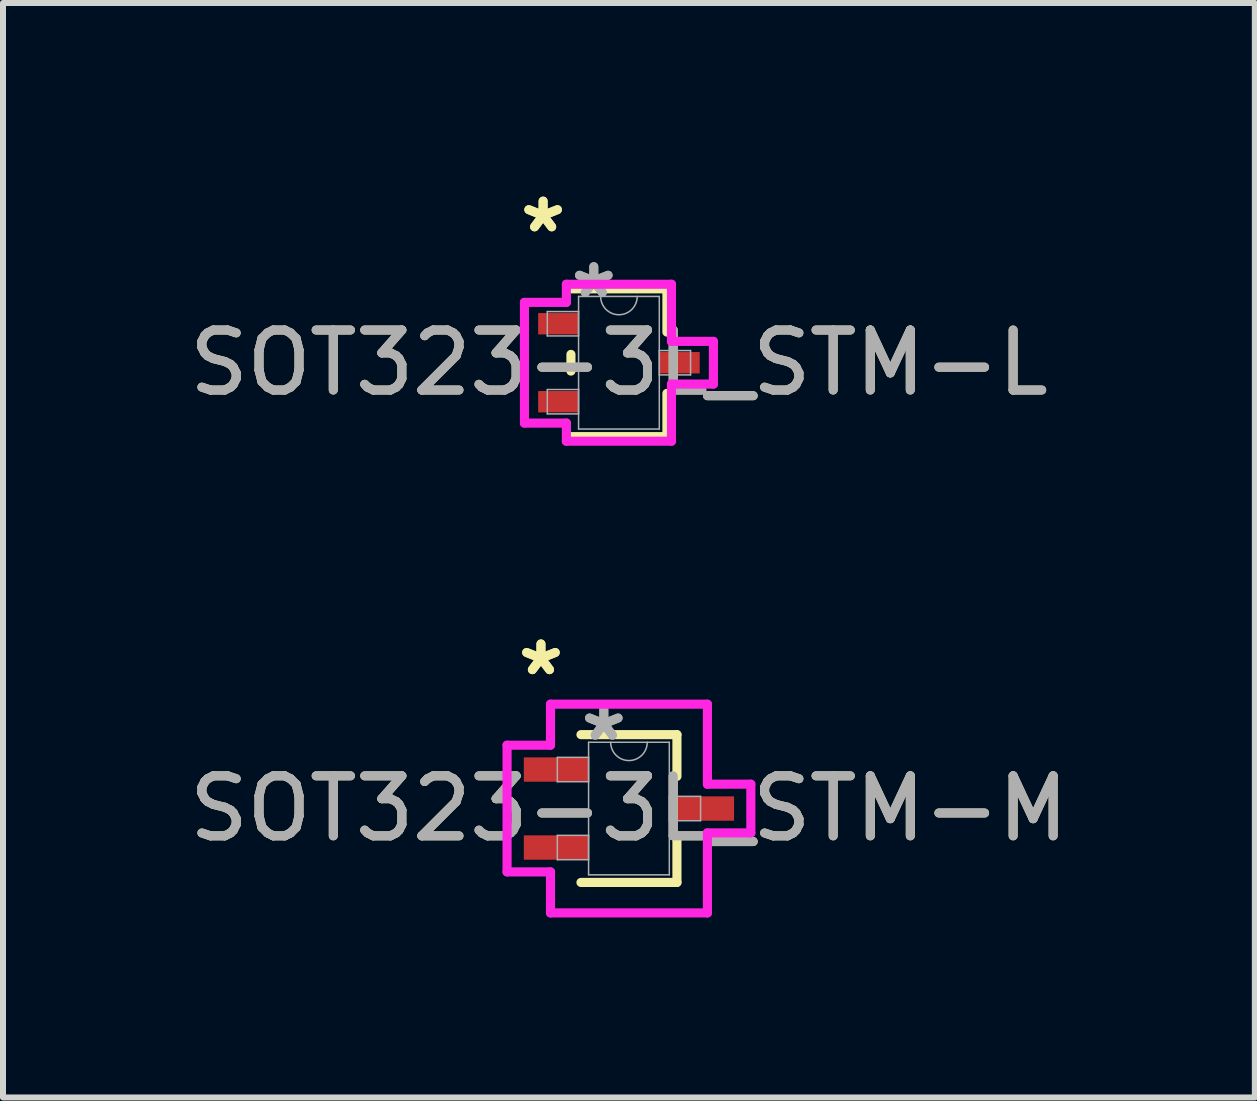
<source format=kicad_pcb>
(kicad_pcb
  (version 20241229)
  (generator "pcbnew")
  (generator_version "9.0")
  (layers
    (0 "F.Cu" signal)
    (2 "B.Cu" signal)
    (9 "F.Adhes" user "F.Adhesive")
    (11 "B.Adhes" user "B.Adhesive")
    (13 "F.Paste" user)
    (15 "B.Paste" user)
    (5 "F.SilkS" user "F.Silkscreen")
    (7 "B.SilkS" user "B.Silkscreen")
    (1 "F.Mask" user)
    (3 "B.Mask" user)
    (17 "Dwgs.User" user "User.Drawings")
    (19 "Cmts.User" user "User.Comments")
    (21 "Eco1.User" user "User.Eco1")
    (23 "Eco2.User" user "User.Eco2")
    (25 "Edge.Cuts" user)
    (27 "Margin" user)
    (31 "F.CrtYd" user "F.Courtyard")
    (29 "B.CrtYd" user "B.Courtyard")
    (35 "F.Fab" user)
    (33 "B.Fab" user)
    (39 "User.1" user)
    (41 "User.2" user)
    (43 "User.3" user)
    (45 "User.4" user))
  (footprint "SOT323-3L_STM-L"
    (layer "F.Cu")
    (at 7.268 2.997)
    (property "Reference" "SOT323-3L_STM-L" (at 0 0 0) (unlocked yes) (layer "F.SilkS") (effects (font (size 1 1) (thickness 0.15))))
    (attr smd)
    (fp_line (start -0.8 -0.139) (end -0.8 0.139) (stroke (width 0.152) (type solid)) (layer "F.SilkS"))
    (fp_line (start -0.8 1.232) (end 0.8 1.232) (stroke (width 0.152) (type solid)) (layer "F.SilkS"))
    (fp_line (start 0.8 -1.232) (end -0.8 -1.232) (stroke (width 0.152) (type solid)) (layer "F.SilkS"))
    (fp_line (start 0.8 -0.511) (end 0.8 -1.232) (stroke (width 0.152) (type solid)) (layer "F.SilkS"))
    (fp_line (start 0.8 1.232) (end 0.8 0.511) (stroke (width 0.152) (type solid)) (layer "F.SilkS"))
    (fp_line (start -1.575 -1.006) (end -0.876 -1.006) (stroke (width 0.152) (type solid)) (layer "F.CrtYd"))
    (fp_line (start -1.575 1.006) (end -1.575 -1.006) (stroke (width 0.152) (type solid)) (layer "F.CrtYd"))
    (fp_line (start -0.876 -1.308) (end 0.876 -1.308) (stroke (width 0.152) (type solid)) (layer "F.CrtYd"))
    (fp_line (start -0.876 -1.006) (end -0.876 -1.308) (stroke (width 0.152) (type solid)) (layer "F.CrtYd"))
    (fp_line (start -0.876 1.006) (end -1.575 1.006) (stroke (width 0.152) (type solid)) (layer "F.CrtYd"))
    (fp_line (start -0.876 1.308) (end -0.876 1.006) (stroke (width 0.152) (type solid)) (layer "F.CrtYd"))
    (fp_line (start 0.876 -1.308) (end 0.876 -0.356) (stroke (width 0.152) (type solid)) (layer "F.CrtYd"))
    (fp_line (start 0.876 -0.356) (end 1.575 -0.356) (stroke (width 0.152) (type solid)) (layer "F.CrtYd"))
    (fp_line (start 0.876 0.356) (end 0.876 1.308) (stroke (width 0.152) (type solid)) (layer "F.CrtYd"))
    (fp_line (start 0.876 1.308) (end -0.876 1.308) (stroke (width 0.152) (type solid)) (layer "F.CrtYd"))
    (fp_line (start 1.575 -0.356) (end 1.575 0.356) (stroke (width 0.152) (type solid)) (layer "F.CrtYd"))
    (fp_line (start 1.575 0.356) (end 0.876 0.356) (stroke (width 0.152) (type solid)) (layer "F.CrtYd"))
    (fp_line (start -1.194 -0.853) (end -1.194 -0.447) (stroke (width 0.025) (type solid)) (layer "F.Fab"))
    (fp_line (start -1.194 -0.447) (end -0.673 -0.447) (stroke (width 0.025) (type solid)) (layer "F.Fab"))
    (fp_line (start -1.194 0.447) (end -1.194 0.853) (stroke (width 0.025) (type solid)) (layer "F.Fab"))
    (fp_line (start -1.194 0.853) (end -0.673 0.853) (stroke (width 0.025) (type solid)) (layer "F.Fab"))
    (fp_line (start -0.673 -1.105) (end -0.673 1.105) (stroke (width 0.025) (type solid)) (layer "F.Fab"))
    (fp_line (start -0.673 -0.853) (end -1.194 -0.853) (stroke (width 0.025) (type solid)) (layer "F.Fab"))
    (fp_line (start -0.673 -0.447) (end -0.673 -0.853) (stroke (width 0.025) (type solid)) (layer "F.Fab"))
    (fp_line (start -0.673 0.447) (end -1.194 0.447) (stroke (width 0.025) (type solid)) (layer "F.Fab"))
    (fp_line (start -0.673 0.853) (end -0.673 0.447) (stroke (width 0.025) (type solid)) (layer "F.Fab"))
    (fp_line (start -0.673 1.105) (end 0.673 1.105) (stroke (width 0.025) (type solid)) (layer "F.Fab"))
    (fp_line (start 0.673 -1.105) (end -0.673 -1.105) (stroke (width 0.025) (type solid)) (layer "F.Fab"))
    (fp_line (start 0.673 -0.203) (end 0.673 0.203) (stroke (width 0.025) (type solid)) (layer "F.Fab"))
    (fp_line (start 0.673 0.203) (end 1.194 0.203) (stroke (width 0.025) (type solid)) (layer "F.Fab"))
    (fp_line (start 0.673 1.105) (end 0.673 -1.105) (stroke (width 0.025) (type solid)) (layer "F.Fab"))
    (fp_line (start 1.194 -0.203) (end 0.673 -0.203) (stroke (width 0.025) (type solid)) (layer "F.Fab"))
    (fp_line (start 1.194 0.203) (end 1.194 -0.203) (stroke (width 0.025) (type solid)) (layer "F.Fab"))
    (fp_arc (start 0.3048 -1.1049) (mid 0 -0.8001) (end -0.3048 -1.1049) (stroke (width 0.0254) (type solid)) (layer "F.Fab"))
    (fp_text user "*" (at -1.264 -2.149 0) (unlocked yes) (layer "F.SilkS") (effects (font (size 1 1) (thickness 0.15))))
    (fp_text user "*" (at -1.264 -2.149 0) (layer "F.SilkS") (effects (font (size 1 1) (thickness 0.15))))
    (fp_text user "*" (at -0.419 -1.056 0) (layer "F.Fab") (effects (font (size 1 1) (thickness 0.15))))
    (fp_text user "*" (at -0.419 -1.056 0) (unlocked yes) (layer "F.Fab") (effects (font (size 1 1) (thickness 0.15))))
    (fp_text user "${REFERENCE}" (at 0 0 0) (unlocked yes) (layer "F.Fab") (effects (font (size 1 1) (thickness 0.15))))
    (pad "1" smd rect (at -1.01 -0.65) (size 0.673 0.356) (layers "F.Cu" "F.Mask" "F.Paste"))
    (pad "2" smd rect (at -1.01 0.65) (size 0.673 0.356) (layers "F.Cu" "F.Mask" "F.Paste"))
    (pad "3" smd rect (at 1.01 0) (size 0.673 0.356) (layers "F.Cu" "F.Mask" "F.Paste")))
  (footprint "SOT323-3L_STM-M"
    (layer "F.Cu")
    (at 7.435 10.429)
    (property "Reference" "SOT323-3L_STM-M" (at 0 0 0) (unlocked yes) (layer "F.SilkS") (effects (font (size 1 1) (thickness 0.15))))
    (attr smd)
    (fp_line (start -0.8 1.232) (end 0.8 1.232) (stroke (width 0.152) (type solid)) (layer "F.SilkS"))
    (fp_line (start 0.8 -1.232) (end -0.8 -1.232) (stroke (width 0.152) (type solid)) (layer "F.SilkS"))
    (fp_line (start 0.8 -0.536) (end 0.8 -1.232) (stroke (width 0.152) (type solid)) (layer "F.SilkS"))
    (fp_line (start 0.8 1.232) (end 0.8 0.536) (stroke (width 0.152) (type solid)) (layer "F.SilkS"))
    (fp_line (start -2.032 -1.056) (end -1.308 -1.056) (stroke (width 0.152) (type solid)) (layer "F.CrtYd"))
    (fp_line (start -2.032 1.056) (end -2.032 -1.056) (stroke (width 0.152) (type solid)) (layer "F.CrtYd"))
    (fp_line (start -1.308 -1.74) (end 1.308 -1.74) (stroke (width 0.152) (type solid)) (layer "F.CrtYd"))
    (fp_line (start -1.308 -1.056) (end -1.308 -1.74) (stroke (width 0.152) (type solid)) (layer "F.CrtYd"))
    (fp_line (start -1.308 1.056) (end -2.032 1.056) (stroke (width 0.152) (type solid)) (layer "F.CrtYd"))
    (fp_line (start -1.308 1.74) (end -1.308 1.056) (stroke (width 0.152) (type solid)) (layer "F.CrtYd"))
    (fp_line (start 1.308 -1.74) (end 1.308 -0.406) (stroke (width 0.152) (type solid)) (layer "F.CrtYd"))
    (fp_line (start 1.308 -0.406) (end 2.032 -0.406) (stroke (width 0.152) (type solid)) (layer "F.CrtYd"))
    (fp_line (start 1.308 0.406) (end 1.308 1.74) (stroke (width 0.152) (type solid)) (layer "F.CrtYd"))
    (fp_line (start 1.308 1.74) (end -1.308 1.74) (stroke (width 0.152) (type solid)) (layer "F.CrtYd"))
    (fp_line (start 2.032 -0.406) (end 2.032 0.406) (stroke (width 0.152) (type solid)) (layer "F.CrtYd"))
    (fp_line (start 2.032 0.406) (end 1.308 0.406) (stroke (width 0.152) (type solid)) (layer "F.CrtYd"))
    (fp_line (start -1.194 -0.853) (end -1.194 -0.447) (stroke (width 0.025) (type solid)) (layer "F.Fab"))
    (fp_line (start -1.194 -0.447) (end -0.673 -0.447) (stroke (width 0.025) (type solid)) (layer "F.Fab"))
    (fp_line (start -1.194 0.447) (end -1.194 0.853) (stroke (width 0.025) (type solid)) (layer "F.Fab"))
    (fp_line (start -1.194 0.853) (end -0.673 0.853) (stroke (width 0.025) (type solid)) (layer "F.Fab"))
    (fp_line (start -0.673 -1.105) (end -0.673 1.105) (stroke (width 0.025) (type solid)) (layer "F.Fab"))
    (fp_line (start -0.673 -0.853) (end -1.194 -0.853) (stroke (width 0.025) (type solid)) (layer "F.Fab"))
    (fp_line (start -0.673 -0.447) (end -0.673 -0.853) (stroke (width 0.025) (type solid)) (layer "F.Fab"))
    (fp_line (start -0.673 0.447) (end -1.194 0.447) (stroke (width 0.025) (type solid)) (layer "F.Fab"))
    (fp_line (start -0.673 0.853) (end -0.673 0.447) (stroke (width 0.025) (type solid)) (layer "F.Fab"))
    (fp_line (start -0.673 1.105) (end 0.673 1.105) (stroke (width 0.025) (type solid)) (layer "F.Fab"))
    (fp_line (start 0.673 -1.105) (end -0.673 -1.105) (stroke (width 0.025) (type solid)) (layer "F.Fab"))
    (fp_line (start 0.673 -0.203) (end 0.673 0.203) (stroke (width 0.025) (type solid)) (layer "F.Fab"))
    (fp_line (start 0.673 0.203) (end 1.194 0.203) (stroke (width 0.025) (type solid)) (layer "F.Fab"))
    (fp_line (start 0.673 1.105) (end 0.673 -1.105) (stroke (width 0.025) (type solid)) (layer "F.Fab"))
    (fp_line (start 1.194 -0.203) (end 0.673 -0.203) (stroke (width 0.025) (type solid)) (layer "F.Fab"))
    (fp_line (start 1.194 0.203) (end 1.194 -0.203) (stroke (width 0.025) (type solid)) (layer "F.Fab"))
    (fp_arc (start 0.3048 -1.1049) (mid 0 -0.8001) (end -0.3048 -1.1049) (stroke (width 0.0254) (type solid)) (layer "F.Fab"))
    (fp_text user "*" (at -1.467 -2.199 0) (layer "F.SilkS") (effects (font (size 1 1) (thickness 0.15))))
    (fp_text user "*" (at -1.467 -2.199 0) (unlocked yes) (layer "F.SilkS") (effects (font (size 1 1) (thickness 0.15))))
    (fp_text user "${REFERENCE}" (at 0 0 0) (unlocked yes) (layer "F.Fab") (effects (font (size 1 1) (thickness 0.15))))
    (fp_text user "*" (at -0.419 -1.107 0) (unlocked yes) (layer "F.Fab") (effects (font (size 1 1) (thickness 0.15))))
    (fp_text user "*" (at -0.419 -1.107 0) (layer "F.Fab") (effects (font (size 1 1) (thickness 0.15))))
    (pad "1" smd rect (at -1.213 -0.65) (size 1.079 0.406) (layers "F.Cu" "F.Mask" "F.Paste"))
    (pad "2" smd rect (at -1.213 0.65) (size 1.079 0.406) (layers "F.Cu" "F.Mask" "F.Paste"))
    (pad "3" smd rect (at 1.213 0) (size 1.079 0.406) (layers "F.Cu" "F.Mask" "F.Paste")))
  (gr_rect
    (start -3 -3)
    (end 17.869 15.245)
    (stroke (width 0.1) (type default))
    (fill no)
    (layer "Edge.Cuts")))
</source>
